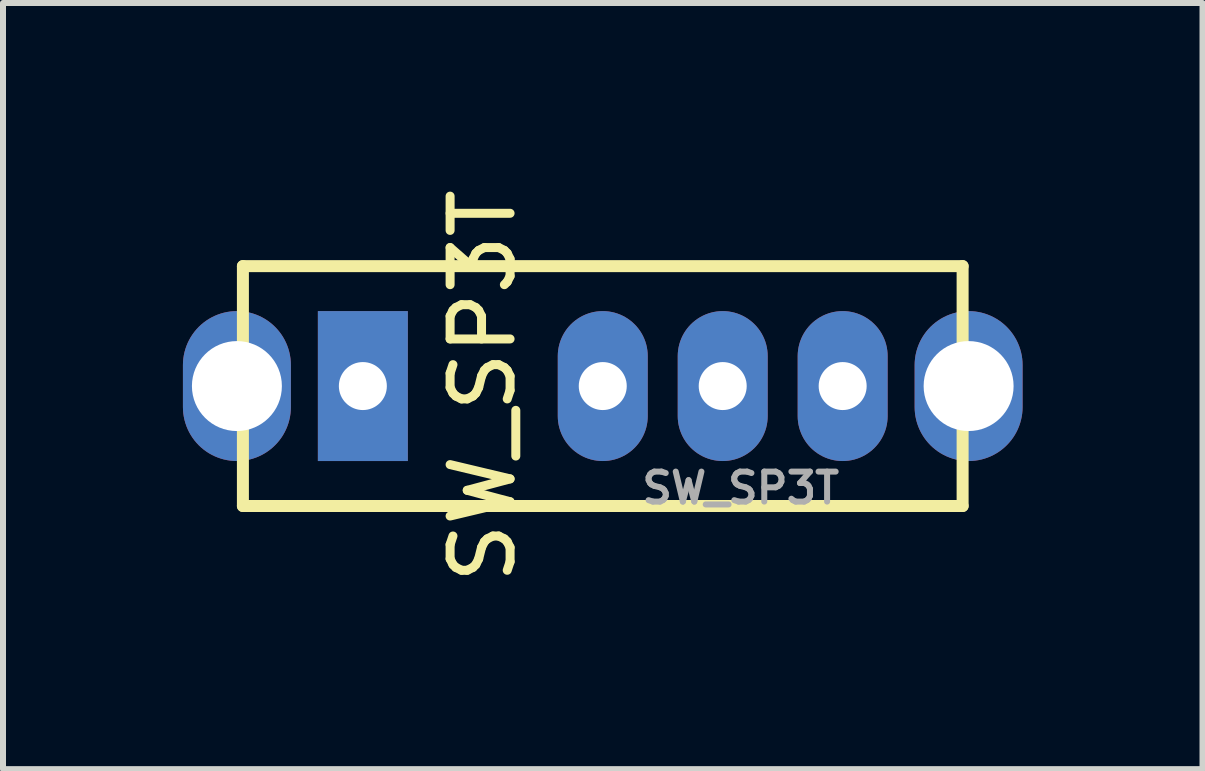
<source format=kicad_pcb>
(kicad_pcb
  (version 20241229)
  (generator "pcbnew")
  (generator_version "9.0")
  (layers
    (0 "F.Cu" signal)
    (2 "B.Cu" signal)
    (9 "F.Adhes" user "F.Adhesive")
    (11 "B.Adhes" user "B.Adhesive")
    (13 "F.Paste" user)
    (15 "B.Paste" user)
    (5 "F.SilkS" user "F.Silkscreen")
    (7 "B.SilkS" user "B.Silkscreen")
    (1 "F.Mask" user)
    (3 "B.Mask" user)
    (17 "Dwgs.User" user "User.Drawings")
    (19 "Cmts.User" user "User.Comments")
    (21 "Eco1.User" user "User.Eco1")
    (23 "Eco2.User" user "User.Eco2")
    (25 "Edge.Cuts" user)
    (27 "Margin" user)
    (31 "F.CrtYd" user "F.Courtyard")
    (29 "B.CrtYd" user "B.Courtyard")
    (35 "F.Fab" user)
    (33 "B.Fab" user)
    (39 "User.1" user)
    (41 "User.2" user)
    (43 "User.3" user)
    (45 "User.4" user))
  (footprint "SW_SP3T"
    (layer "F.Cu")
    (at 7 3.387)
    (property "Reference" "SW_SP3T" (at -2 0 90) (layer "F.SilkS") (effects (font (size 1 1) (thickness 0.15))))
    (attr through_hole)
    (fp_line (start -6 -2) (end -6 2) (stroke (width 0.2) (type solid)) (layer "F.SilkS"))
    (fp_line (start -6 2) (end 6 2) (stroke (width 0.2) (type solid)) (layer "F.SilkS"))
    (fp_line (start 6 -2) (end -6 -2) (stroke (width 0.2) (type solid)) (layer "F.SilkS"))
    (fp_line (start 6 2) (end 6 -2) (stroke (width 0.2) (type solid)) (layer "F.SilkS"))
    (fp_text user "${REFERENCE}" (at 2.3 1.7 0) (layer "F.Fab") (effects (font (size 0.5 0.5) (thickness 0.1))))
    (pad "1" thru_hole rect (at -4 0) (size 1.5 2.5) (drill 0.8) (layers "*.Cu" "*.Mask"))
    (pad "2" thru_hole oval (at 0 0) (size 1.5 2.5) (drill 0.8) (layers "*.Cu" "*.Mask"))
    (pad "3" thru_hole oval (at 2 0) (size 1.5 2.5) (drill 0.8) (layers "*.Cu" "*.Mask"))
    (pad "4" thru_hole oval (at 4 0) (size 1.5 2.5) (drill 0.8) (layers "*.Cu" "*.Mask"))
    (pad "5" thru_hole oval (at -6.1 0) (size 1.8 2.5) (drill 1.5) (layers "*.Cu" "*.Mask"))
    (pad "5" thru_hole oval (at 6.1 0) (size 1.8 2.5) (drill 1.5) (layers "*.Cu" "*.Mask")))
  (gr_rect
    (start -3 -3)
    (end 17 9.774)
    (stroke (width 0.1) (type default))
    (fill no)
    (layer "Edge.Cuts")))
</source>
